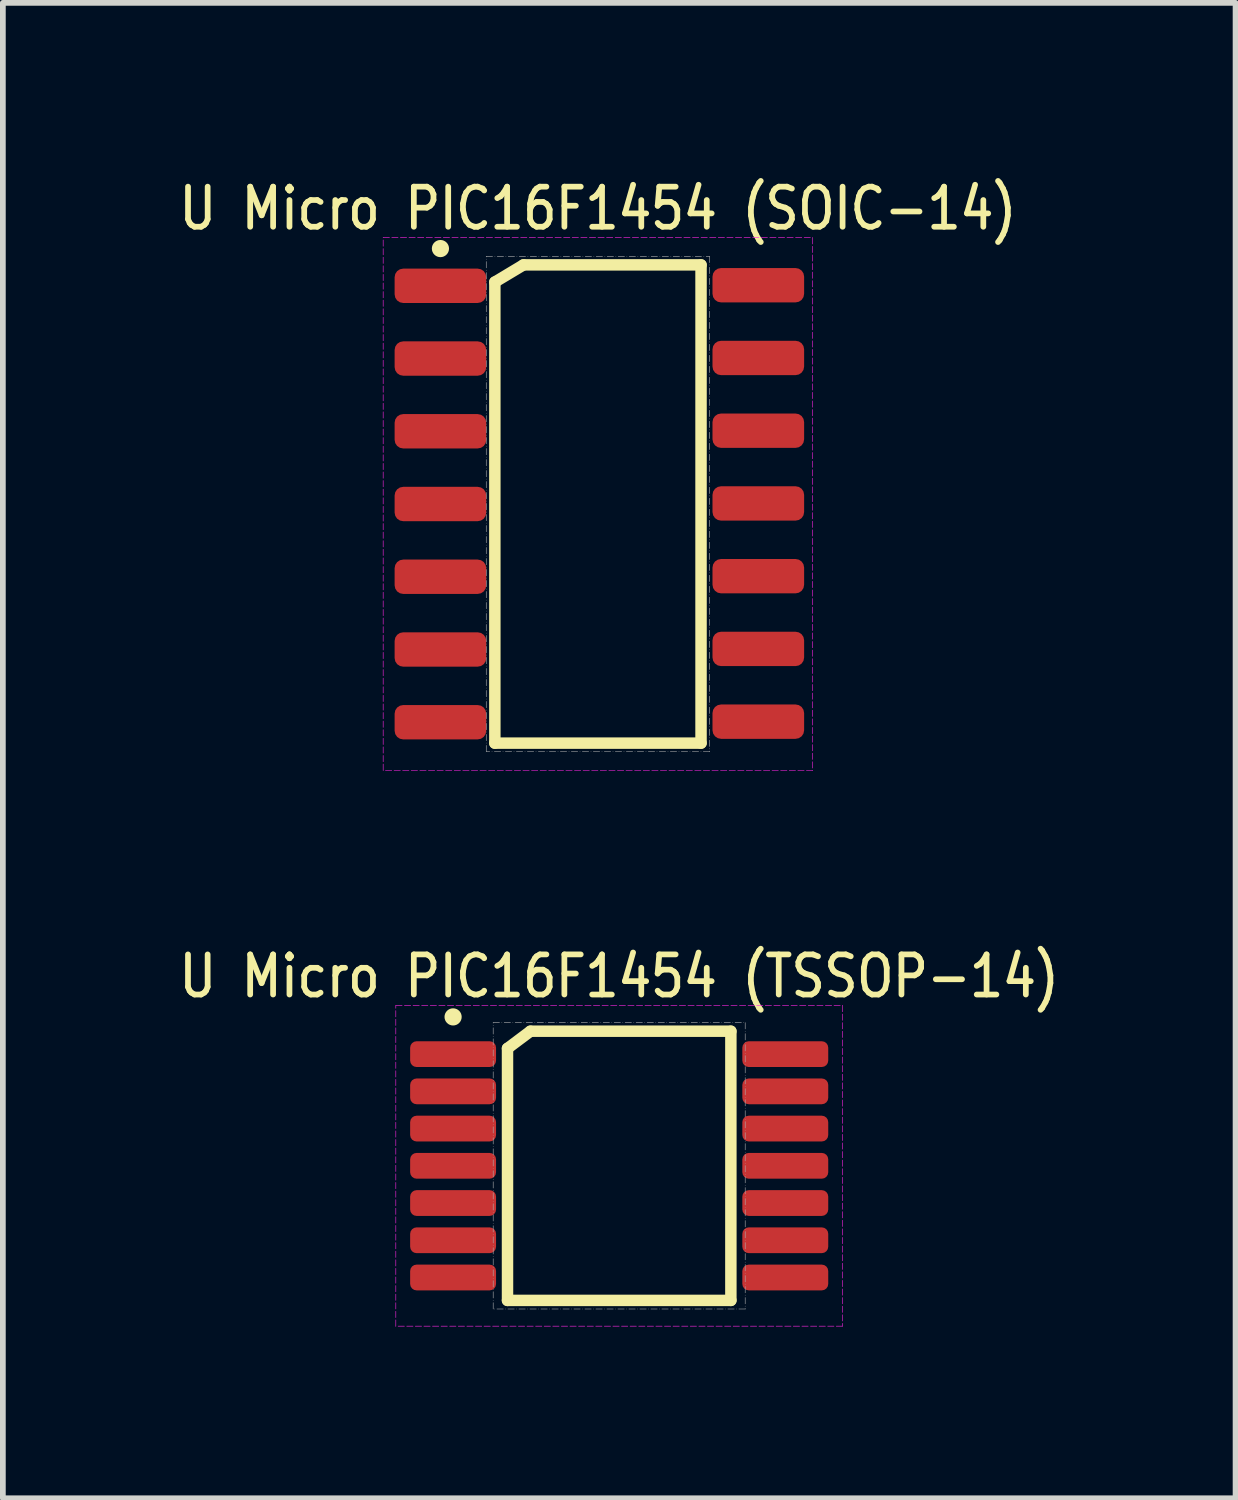
<source format=kicad_pcb>
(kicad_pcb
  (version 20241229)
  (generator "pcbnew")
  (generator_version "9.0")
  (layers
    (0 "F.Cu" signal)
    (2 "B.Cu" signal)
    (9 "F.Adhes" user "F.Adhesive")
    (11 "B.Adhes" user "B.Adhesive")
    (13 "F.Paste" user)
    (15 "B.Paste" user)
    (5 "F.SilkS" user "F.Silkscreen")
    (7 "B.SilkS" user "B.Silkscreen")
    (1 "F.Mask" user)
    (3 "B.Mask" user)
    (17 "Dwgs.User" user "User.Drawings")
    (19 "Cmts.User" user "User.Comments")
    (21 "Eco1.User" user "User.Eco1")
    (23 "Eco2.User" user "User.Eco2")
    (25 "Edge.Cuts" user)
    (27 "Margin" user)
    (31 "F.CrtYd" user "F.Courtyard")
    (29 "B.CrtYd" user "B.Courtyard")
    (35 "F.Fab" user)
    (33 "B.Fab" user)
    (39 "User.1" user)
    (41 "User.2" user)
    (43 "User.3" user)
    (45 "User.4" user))
  (footprint "U Micro PIC16F1454 (TSSOP-14)"
    (layer "F.Cu")
    (at 7.761 17.305)
    (property "Reference" "U Micro PIC16F1454 (TSSOP-14)" (at 0 -2.9 0) (unlocked yes) (layer "F.SilkS") (effects (font (size 0.7 0.6) (thickness 0.1)) (justify bottom)))
    (attr smd)
    (fp_line (start -1.95 -2.05) (end -1.55 -2.35) (stroke (width 0.2) (type default)) (layer "F.SilkS"))
    (fp_line (start -1.95 2.35) (end -1.95 -2.05) (stroke (width 0.2) (type default)) (layer "F.SilkS"))
    (fp_line (start -1.55 -2.35) (end 1.95 -2.35) (stroke (width 0.2) (type default)) (layer "F.SilkS"))
    (fp_line (start 1.95 -2.35) (end 1.95 2.35) (stroke (width 0.2) (type default)) (layer "F.SilkS"))
    (fp_line (start 1.95 2.35) (end -1.95 2.35) (stroke (width 0.2) (type default)) (layer "F.SilkS"))
    (fp_circle (center -2.9 -2.6) (end -2.8 -2.6) (stroke (width 0.1) (type solid)) (fill yes) (layer "F.SilkS"))
    (fp_rect (start -3.9 -2.8) (end 3.9 2.8) (stroke (width 0.01) (type dash)) (fill no) (layer "F.CrtYd"))
    (fp_rect (start -2.2 -2.5) (end 2.2 2.5) (stroke (width 0.01) (type dash_dot)) (fill no) (layer "F.Fab"))
    (fp_text user "RC5/T0CKI" (at -1.7 0.525 0) (unlocked yes) (layer "User.7") (effects (font (size 0.13 0.07) (thickness 0.01)) (justify left)))
    (fp_text user "RA1/D-/IOC" (at 1.7 -0.65 0) (unlocked yes) (layer "User.7") (effects (font (size 0.13 0.07) (thickness 0.01)) (justify right)))
    (fp_text user "IOC/CLKOUT/OSC2/CLKR" (at -1.7 -0.55 0) (unlocked yes) (layer "User.7") (effects (font (size 0.13 0.07) (thickness 0.01)) (justify left)))
    (fp_text user "RC2/SDO" (at 1.7 1.95 0) (unlocked yes) (layer "User.7") (effects (font (size 0.13 0.07) (thickness 0.01)) (justify right)))
    (fp_text user "RA0/D+/IOC" (at 1.7 -1.3 0) (unlocked yes) (layer "User.7") (effects (font (size 0.13 0.07) (thickness 0.01)) (justify right)))
    (fp_text user "RC3/PWM2/~{SS}/CLKR" (at -1.7 1.95 0) (unlocked yes) (layer "User.7") (effects (font (size 0.13 0.07) (thickness 0.01)) (justify left)))
    (fp_text user "ISCPDAT" (at 1.7 0.75 0) (unlocked yes) (layer "User.7") (effects (font (size 0.13 0.07) (thickness 0.014) (bold yes)) (justify right)))
    (fp_text user "RX/DT/PWM1" (at -1.7 0.75 0) (unlocked yes) (layer "User.7") (effects (font (size 0.13 0.07) (thickness 0.01)) (justify left)))
    (fp_text user "IOC/~{MCLR}/Vpp" (at -1.7 0.1 0) (unlocked yes) (layer "User.7") (effects (font (size 0.13 0.07) (thickness 0.014) (bold yes)) (justify left)))
    (fp_text user "IOC/CLKIN/OSC1" (at -1.7 -1.2 0) (unlocked yes) (layer "User.7") (effects (font (size 0.13 0.07) (thickness 0.01)) (justify left)))
    (fp_text user "Vdd" (at -1.7 -1.95 0) (unlocked yes) (layer "User.7") (effects (font (size 0.13 0.07) (thickness 0.014) (bold yes)) (justify left)))
    (fp_text user "RC4/TX/CK" (at -1.7 1.3 0) (unlocked yes) (layer "User.7") (effects (font (size 0.13 0.07) (thickness 0.01)) (justify left)))
    (fp_text user "INT/ICSPCLK" (at 1.7 1.375 0) (unlocked yes) (layer "User.7") (effects (font (size 0.13 0.07) (thickness 0.014) (bold yes)) (justify right)))
    (fp_text user "RC0/SCL/SCK" (at 1.7 0.55 0) (unlocked yes) (layer "User.7") (effects (font (size 0.13 0.07) (thickness 0.014) (bold yes)) (justify right)))
    (fp_text user "RA3/T1G/~{SS}" (at -1.7 -0.125 0) (unlocked yes) (layer "User.7") (effects (font (size 0.13 0.07) (thickness 0.014) (bold yes)) (justify left)))
    (fp_text user "Vss" (at 1.7 -1.95 0) (unlocked yes) (layer "User.7") (effects (font (size 0.13 0.07) (thickness 0.014) (bold yes)) (justify right)))
    (fp_text user "RA5/SOSCI/T1CKI/PWM2'" (at -1.7 -1.425 0) (unlocked yes) (layer "User.7") (effects (font (size 0.13 0.07) (thickness 0.01)) (justify left)))
    (fp_text user "RC1/SDA/SDI" (at 1.7 1.2 0) (unlocked yes) (layer "User.7") (effects (font (size 0.13 0.07) (thickness 0.014) (bold yes)) (justify right)))
    (fp_text user "RA4/SOSCO/T1G/SDO" (at -1.7 -0.775 0) (unlocked yes) (layer "User.7") (effects (font (size 0.13 0.07) (thickness 0.01)) (justify left)))
    (fp_text user "Vusb" (at 1.7 0 0) (unlocked yes) (layer "User.7") (effects (font (size 0.13 0.07) (thickness 0.014) (bold yes)) (justify right)))
    (pad "1" smd roundrect (at -2.9 -1.95) (size 1.5 0.45) (layers "F.Cu" "F.Mask" "F.Paste") (roundrect_rratio 0.25))
    (pad "2" smd roundrect (at -2.9 -1.3) (size 1.5 0.45) (layers "F.Cu" "F.Mask" "F.Paste") (roundrect_rratio 0.25))
    (pad "3" smd roundrect (at -2.9 -0.65) (size 1.5 0.45) (layers "F.Cu" "F.Mask" "F.Paste") (roundrect_rratio 0.25))
    (pad "4" smd roundrect (at -2.9 0) (size 1.5 0.45) (layers "F.Cu" "F.Mask" "F.Paste") (roundrect_rratio 0.25))
    (pad "5" smd roundrect (at -2.9 0.65) (size 1.5 0.45) (layers "F.Cu" "F.Mask" "F.Paste") (roundrect_rratio 0.25))
    (pad "6" smd roundrect (at -2.9 1.3) (size 1.5 0.45) (layers "F.Cu" "F.Mask" "F.Paste") (roundrect_rratio 0.25))
    (pad "7" smd roundrect (at -2.9 1.95) (size 1.5 0.45) (layers "F.Cu" "F.Mask" "F.Paste") (roundrect_rratio 0.25))
    (pad "8" smd roundrect (at 2.9 1.95) (size 1.5 0.45) (layers "F.Cu" "F.Mask" "F.Paste") (roundrect_rratio 0.25))
    (pad "9" smd roundrect (at 2.9 1.3) (size 1.5 0.45) (layers "F.Cu" "F.Mask" "F.Paste") (roundrect_rratio 0.25))
    (pad "10" smd roundrect (at 2.9 0.65) (size 1.5 0.45) (layers "F.Cu" "F.Mask" "F.Paste") (roundrect_rratio 0.25))
    (pad "11" smd roundrect (at 2.9 0) (size 1.5 0.45) (layers "F.Cu" "F.Mask" "F.Paste") (roundrect_rratio 0.25))
    (pad "12" smd roundrect (at 2.9 -0.65) (size 1.5 0.45) (layers "F.Cu" "F.Mask" "F.Paste") (roundrect_rratio 0.25))
    (pad "13" smd roundrect (at 2.9 -1.3) (size 1.5 0.45) (layers "F.Cu" "F.Mask" "F.Paste") (roundrect_rratio 0.25))
    (pad "14" smd roundrect (at 2.9 -1.95) (size 1.5 0.45) (layers "F.Cu" "F.Mask" "F.Paste") (roundrect_rratio 0.25)))
  (footprint "U Micro PIC16F1454 (SOIC-14)"
    (layer "F.Cu")
    (at 7.39 5.75)
    (property "Reference" "U Micro PIC16F1454 (SOIC-14)" (at 0 -4.75 0) (unlocked yes) (layer "F.SilkS") (effects (font (size 0.7 0.6) (thickness 0.1)) (justify bottom)))
    (attr smd)
    (fp_line (start -1.8 -3.875) (end -1.3 -4.175) (stroke (width 0.2) (type default)) (layer "F.SilkS"))
    (fp_line (start -1.8 4.175) (end -1.8 -3.875) (stroke (width 0.2) (type default)) (layer "F.SilkS"))
    (fp_line (start -1.3 -4.175) (end 1.8 -4.175) (stroke (width 0.2) (type default)) (layer "F.SilkS"))
    (fp_line (start 1.8 -4.175) (end 1.8 4.175) (stroke (width 0.2) (type default)) (layer "F.SilkS"))
    (fp_line (start 1.8 4.175) (end -1.8 4.175) (stroke (width 0.2) (type default)) (layer "F.SilkS"))
    (fp_circle (center -2.75 -4.46) (end -2.65 -4.46) (stroke (width 0.1) (type solid)) (fill yes) (layer "F.SilkS"))
    (fp_rect (start -3.75 -4.65) (end 3.75 4.65) (stroke (width 0.01) (type dash)) (fill no) (layer "F.CrtYd"))
    (fp_rect (start -1.95 -4.325) (end 1.95 4.325) (stroke (width 0.01) (type dash_dot)) (fill no) (layer "F.Fab"))
    (fp_text user "ISCPDAT" (at 1.6 1.4 0) (unlocked yes) (layer "User.7") (effects (font (size 0.13 0.07) (thickness 0.014) (bold yes)) (justify right)))
    (fp_text user "Vss" (at 1.6 -3.81 0) (unlocked yes) (layer "User.7") (effects (font (size 0.13 0.07) (thickness 0.014) (bold yes)) (justify right)))
    (fp_text user "Vusb" (at 1.6 0 0) (unlocked yes) (layer "User.7") (effects (font (size 0.13 0.07) (thickness 0.014) (bold yes)) (justify right)))
    (fp_text user "IOC/CLKOUT/OSC2/CLKR" (at -1.6 -1.2 0) (unlocked yes) (layer "User.7") (effects (font (size 0.13 0.07) (thickness 0.01)) (justify left)))
    (fp_text user "RC1/SDA/SDI" (at 1.6 2.4 0) (unlocked yes) (layer "User.7") (effects (font (size 0.13 0.07) (thickness 0.014) (bold yes)) (justify right)))
    (fp_text user "RC5/T0CKI" (at -1.6 1.2 0) (unlocked yes) (layer "User.7") (effects (font (size 0.13 0.07) (thickness 0.01)) (justify left)))
    (fp_text user "RX/DT/PWM1" (at -1.6 1.4 0) (unlocked yes) (layer "User.7") (effects (font (size 0.13 0.07) (thickness 0.01)) (justify left)))
    (fp_text user "RA4/SOSCO/T1G/SDO" (at -1.6 -1.4 0) (unlocked yes) (layer "User.7") (effects (font (size 0.13 0.07) (thickness 0.01)) (justify left)))
    (fp_text user "RC4/TX/CK" (at -1.6 2.54 0) (unlocked yes) (layer "User.7") (effects (font (size 0.13 0.07) (thickness 0.01)) (justify left)))
    (fp_text user "RC3/PWM2/~{SS}/CLKR" (at -1.6 3.81 0) (unlocked yes) (layer "User.7") (effects (font (size 0.13 0.07) (thickness 0.01)) (justify left)))
    (fp_text user "INT/ICSPCLK" (at 1.6 2.6 0) (unlocked yes) (layer "User.7") (effects (font (size 0.13 0.07) (thickness 0.014) (bold yes)) (justify right)))
    (fp_text user "RA0/D+/IOC" (at 1.6 -2.54 0) (unlocked yes) (layer "User.7") (effects (font (size 0.13 0.07) (thickness 0.01)) (justify right)))
    (fp_text user "RA1/D-/IOC" (at 1.6 -1.27 0) (unlocked yes) (layer "User.7") (effects (font (size 0.13 0.07) (thickness 0.01)) (justify right)))
    (fp_text user "RC2/SDO" (at 1.6 3.81 0) (unlocked yes) (layer "User.7") (effects (font (size 0.13 0.07) (thickness 0.01)) (justify right)))
    (fp_text user "RA5/SOSCI/T1CKI/PWM2'" (at -1.6 -2.6 0) (unlocked yes) (layer "User.7") (effects (font (size 0.13 0.07) (thickness 0.01)) (justify left)))
    (fp_text user "RA3/T1G/~{SS}" (at -1.6 -0.125 0) (unlocked yes) (layer "User.7") (effects (font (size 0.13 0.07) (thickness 0.014) (bold yes)) (justify left)))
    (fp_text user "Vdd" (at -1.6 -3.81 0) (unlocked yes) (layer "User.7") (effects (font (size 0.13 0.07) (thickness 0.014) (bold yes)) (justify left)))
    (fp_text user "IOC/~{MCLR}/Vpp" (at -1.6 0.1 0) (unlocked yes) (layer "User.7") (effects (font (size 0.13 0.07) (thickness 0.014) (bold yes)) (justify left)))
    (fp_text user "RC0/SCL/SCK" (at 1.6 1.2 0) (unlocked yes) (layer "User.7") (effects (font (size 0.13 0.07) (thickness 0.014) (bold yes)) (justify right)))
    (fp_text user "IOC/CLKIN/OSC1" (at -1.6 -2.4 0) (unlocked yes) (layer "User.7") (effects (font (size 0.13 0.07) (thickness 0.01)) (justify left)))
    (pad "1" smd roundrect (at -2.75 -3.81) (size 1.6 0.6) (layers "F.Cu" "F.Mask" "F.Paste") (roundrect_rratio 0.25))
    (pad "2" smd roundrect (at -2.75 -2.54) (size 1.6 0.6) (layers "F.Cu" "F.Mask" "F.Paste") (roundrect_rratio 0.25))
    (pad "3" smd roundrect (at -2.75 -1.27) (size 1.6 0.6) (layers "F.Cu" "F.Mask" "F.Paste") (roundrect_rratio 0.25))
    (pad "4" smd roundrect (at -2.75 0) (size 1.6 0.6) (layers "F.Cu" "F.Mask" "F.Paste") (roundrect_rratio 0.25))
    (pad "5" smd roundrect (at -2.75 1.27) (size 1.6 0.6) (layers "F.Cu" "F.Mask" "F.Paste") (roundrect_rratio 0.25))
    (pad "6" smd roundrect (at -2.75 2.54) (size 1.6 0.6) (layers "F.Cu" "F.Mask" "F.Paste") (roundrect_rratio 0.25))
    (pad "7" smd roundrect (at -2.75 3.81) (size 1.6 0.6) (layers "F.Cu" "F.Mask" "F.Paste") (roundrect_rratio 0.25))
    (pad "8" smd roundrect (at 2.8 3.8) (size 1.6 0.6) (layers "F.Cu" "F.Mask" "F.Paste") (roundrect_rratio 0.25))
    (pad "9" smd roundrect (at 2.8 2.53) (size 1.6 0.6) (layers "F.Cu" "F.Mask" "F.Paste") (roundrect_rratio 0.25))
    (pad "10" smd roundrect (at 2.8 1.26) (size 1.6 0.6) (layers "F.Cu" "F.Mask" "F.Paste") (roundrect_rratio 0.25))
    (pad "11" smd roundrect (at 2.8 -0.01) (size 1.6 0.6) (layers "F.Cu" "F.Mask" "F.Paste") (roundrect_rratio 0.25))
    (pad "12" smd roundrect (at 2.8 -1.28) (size 1.6 0.6) (layers "F.Cu" "F.Mask" "F.Paste") (roundrect_rratio 0.25))
    (pad "13" smd roundrect (at 2.8 -2.55) (size 1.6 0.6) (layers "F.Cu" "F.Mask" "F.Paste") (roundrect_rratio 0.25))
    (pad "14" smd roundrect (at 2.8 -3.82) (size 1.6 0.6) (layers "F.Cu" "F.Mask" "F.Paste") (roundrect_rratio 0.25)))
  (gr_rect
    (start -3 -3)
    (end 18.523 23.11)
    (stroke (width 0.1) (type default))
    (fill no)
    (layer "Edge.Cuts")))
</source>
